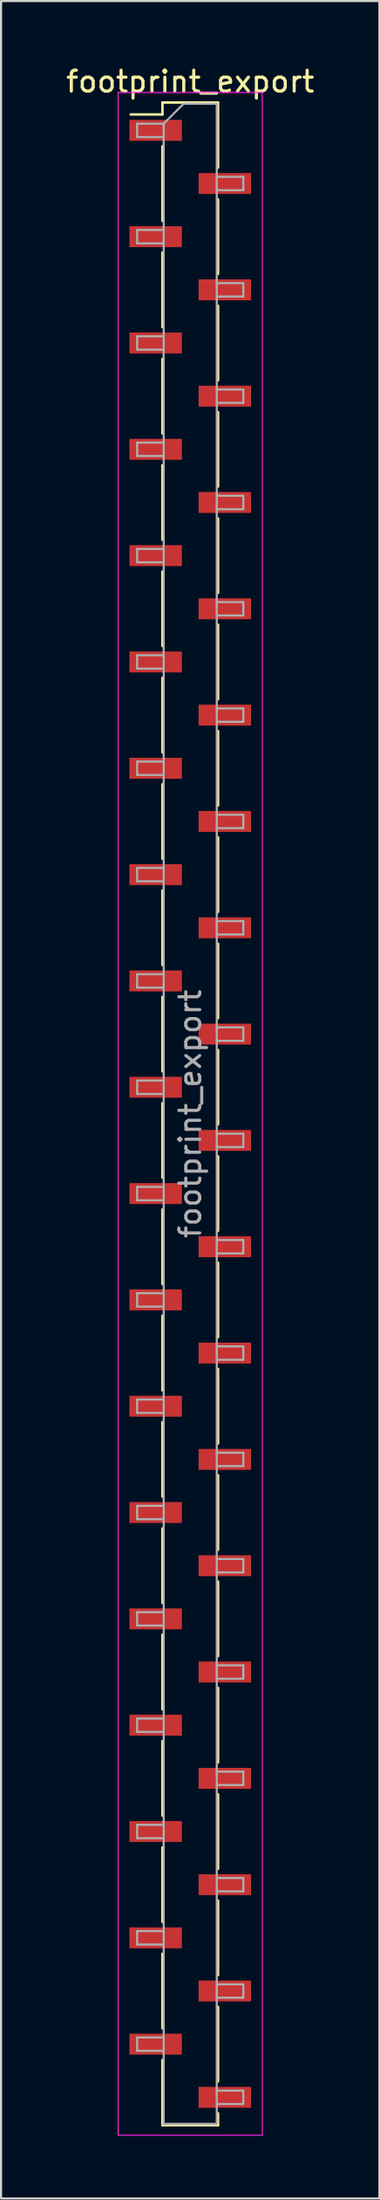
<source format=kicad_pcb>
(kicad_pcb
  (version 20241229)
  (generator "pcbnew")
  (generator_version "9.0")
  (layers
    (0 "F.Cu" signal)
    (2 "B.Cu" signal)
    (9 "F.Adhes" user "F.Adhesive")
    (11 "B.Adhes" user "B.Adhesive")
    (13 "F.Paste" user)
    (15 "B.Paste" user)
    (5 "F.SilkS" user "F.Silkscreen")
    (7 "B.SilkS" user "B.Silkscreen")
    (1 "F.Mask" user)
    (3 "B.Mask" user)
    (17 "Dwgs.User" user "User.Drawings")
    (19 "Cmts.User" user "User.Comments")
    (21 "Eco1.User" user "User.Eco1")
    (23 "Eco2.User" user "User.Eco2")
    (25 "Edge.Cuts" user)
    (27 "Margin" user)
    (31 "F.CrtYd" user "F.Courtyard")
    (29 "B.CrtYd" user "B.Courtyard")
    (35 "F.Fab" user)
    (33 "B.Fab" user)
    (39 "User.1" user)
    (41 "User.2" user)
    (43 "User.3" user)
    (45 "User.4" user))
  (footprint "footprint_export"
    (layer "F.Cu")
    (at 6.054 50.168)
    (property "Reference" "footprint_export" (at 0 -49.32 0) (layer "F.SilkS") (effects (font (size 1 1) (thickness 0.15))))
    (attr smd)
    (fp_line (start -1.33 -48.32) (end -1.33 -47.75) (stroke (width 0.12) (type solid)) (layer "F.SilkS"))
    (fp_line (start -1.33 -48.32) (end 1.33 -48.32) (stroke (width 0.12) (type solid)) (layer "F.SilkS"))
    (fp_line (start -1.33 -47.75) (end -2.85 -47.75) (stroke (width 0.12) (type solid)) (layer "F.SilkS"))
    (fp_line (start -1.33 -46.23) (end -1.33 -42.67) (stroke (width 0.12) (type solid)) (layer "F.SilkS"))
    (fp_line (start -1.33 -41.15) (end -1.33 -37.59) (stroke (width 0.12) (type solid)) (layer "F.SilkS"))
    (fp_line (start -1.33 -36.07) (end -1.33 -32.51) (stroke (width 0.12) (type solid)) (layer "F.SilkS"))
    (fp_line (start -1.33 -30.99) (end -1.33 -27.43) (stroke (width 0.12) (type solid)) (layer "F.SilkS"))
    (fp_line (start -1.33 -25.91) (end -1.33 -22.35) (stroke (width 0.12) (type solid)) (layer "F.SilkS"))
    (fp_line (start -1.33 -20.83) (end -1.33 -17.27) (stroke (width 0.12) (type solid)) (layer "F.SilkS"))
    (fp_line (start -1.33 -15.75) (end -1.33 -12.19) (stroke (width 0.12) (type solid)) (layer "F.SilkS"))
    (fp_line (start -1.33 -10.67) (end -1.33 -7.11) (stroke (width 0.12) (type solid)) (layer "F.SilkS"))
    (fp_line (start -1.33 -5.59) (end -1.33 -2.03) (stroke (width 0.12) (type solid)) (layer "F.SilkS"))
    (fp_line (start -1.33 -0.51) (end -1.33 3.05) (stroke (width 0.12) (type solid)) (layer "F.SilkS"))
    (fp_line (start -1.33 4.57) (end -1.33 8.13) (stroke (width 0.12) (type solid)) (layer "F.SilkS"))
    (fp_line (start -1.33 9.65) (end -1.33 13.21) (stroke (width 0.12) (type solid)) (layer "F.SilkS"))
    (fp_line (start -1.33 14.73) (end -1.33 18.29) (stroke (width 0.12) (type solid)) (layer "F.SilkS"))
    (fp_line (start -1.33 19.81) (end -1.33 23.37) (stroke (width 0.12) (type solid)) (layer "F.SilkS"))
    (fp_line (start -1.33 24.89) (end -1.33 28.45) (stroke (width 0.12) (type solid)) (layer "F.SilkS"))
    (fp_line (start -1.33 29.97) (end -1.33 33.53) (stroke (width 0.12) (type solid)) (layer "F.SilkS"))
    (fp_line (start -1.33 35.05) (end -1.33 38.61) (stroke (width 0.12) (type solid)) (layer "F.SilkS"))
    (fp_line (start -1.33 40.13) (end -1.33 43.69) (stroke (width 0.12) (type solid)) (layer "F.SilkS"))
    (fp_line (start -1.33 45.21) (end -1.33 48.32) (stroke (width 0.12) (type solid)) (layer "F.SilkS"))
    (fp_line (start -1.33 48.32) (end 1.33 48.32) (stroke (width 0.12) (type solid)) (layer "F.SilkS"))
    (fp_line (start 1.33 -48.32) (end 1.33 -45.21) (stroke (width 0.12) (type solid)) (layer "F.SilkS"))
    (fp_line (start 1.33 -43.69) (end 1.33 -40.13) (stroke (width 0.12) (type solid)) (layer "F.SilkS"))
    (fp_line (start 1.33 -38.61) (end 1.33 -35.05) (stroke (width 0.12) (type solid)) (layer "F.SilkS"))
    (fp_line (start 1.33 -33.53) (end 1.33 -29.97) (stroke (width 0.12) (type solid)) (layer "F.SilkS"))
    (fp_line (start 1.33 -28.45) (end 1.33 -24.89) (stroke (width 0.12) (type solid)) (layer "F.SilkS"))
    (fp_line (start 1.33 -23.37) (end 1.33 -19.81) (stroke (width 0.12) (type solid)) (layer "F.SilkS"))
    (fp_line (start 1.33 -18.29) (end 1.33 -14.73) (stroke (width 0.12) (type solid)) (layer "F.SilkS"))
    (fp_line (start 1.33 -13.21) (end 1.33 -9.65) (stroke (width 0.12) (type solid)) (layer "F.SilkS"))
    (fp_line (start 1.33 -8.13) (end 1.33 -4.57) (stroke (width 0.12) (type solid)) (layer "F.SilkS"))
    (fp_line (start 1.33 -3.05) (end 1.33 0.51) (stroke (width 0.12) (type solid)) (layer "F.SilkS"))
    (fp_line (start 1.33 2.03) (end 1.33 5.59) (stroke (width 0.12) (type solid)) (layer "F.SilkS"))
    (fp_line (start 1.33 7.11) (end 1.33 10.67) (stroke (width 0.12) (type solid)) (layer "F.SilkS"))
    (fp_line (start 1.33 12.19) (end 1.33 15.75) (stroke (width 0.12) (type solid)) (layer "F.SilkS"))
    (fp_line (start 1.33 17.27) (end 1.33 20.83) (stroke (width 0.12) (type solid)) (layer "F.SilkS"))
    (fp_line (start 1.33 22.35) (end 1.33 25.91) (stroke (width 0.12) (type solid)) (layer "F.SilkS"))
    (fp_line (start 1.33 27.43) (end 1.33 30.99) (stroke (width 0.12) (type solid)) (layer "F.SilkS"))
    (fp_line (start 1.33 32.51) (end 1.33 36.07) (stroke (width 0.12) (type solid)) (layer "F.SilkS"))
    (fp_line (start 1.33 37.59) (end 1.33 41.15) (stroke (width 0.12) (type solid)) (layer "F.SilkS"))
    (fp_line (start 1.33 42.67) (end 1.33 46.23) (stroke (width 0.12) (type solid)) (layer "F.SilkS"))
    (fp_line (start 1.33 47.75) (end 1.33 48.32) (stroke (width 0.12) (type solid)) (layer "F.SilkS"))
    (fp_line (start -3.45 -48.8) (end -3.45 48.8) (stroke (width 0.05) (type solid)) (layer "F.CrtYd"))
    (fp_line (start -3.45 48.8) (end 3.45 48.8) (stroke (width 0.05) (type solid)) (layer "F.CrtYd"))
    (fp_line (start 3.45 -48.8) (end -3.45 -48.8) (stroke (width 0.05) (type solid)) (layer "F.CrtYd"))
    (fp_line (start 3.45 48.8) (end 3.45 -48.8) (stroke (width 0.05) (type solid)) (layer "F.CrtYd"))
    (fp_line (start -2.54 -47.31) (end -2.54 -46.67) (stroke (width 0.1) (type solid)) (layer "F.Fab"))
    (fp_line (start -2.54 -46.67) (end -1.27 -46.67) (stroke (width 0.1) (type solid)) (layer "F.Fab"))
    (fp_line (start -2.54 -42.23) (end -2.54 -41.59) (stroke (width 0.1) (type solid)) (layer "F.Fab"))
    (fp_line (start -2.54 -41.59) (end -1.27 -41.59) (stroke (width 0.1) (type solid)) (layer "F.Fab"))
    (fp_line (start -2.54 -37.15) (end -2.54 -36.51) (stroke (width 0.1) (type solid)) (layer "F.Fab"))
    (fp_line (start -2.54 -36.51) (end -1.27 -36.51) (stroke (width 0.1) (type solid)) (layer "F.Fab"))
    (fp_line (start -2.54 -32.07) (end -2.54 -31.43) (stroke (width 0.1) (type solid)) (layer "F.Fab"))
    (fp_line (start -2.54 -31.43) (end -1.27 -31.43) (stroke (width 0.1) (type solid)) (layer "F.Fab"))
    (fp_line (start -2.54 -26.99) (end -2.54 -26.35) (stroke (width 0.1) (type solid)) (layer "F.Fab"))
    (fp_line (start -2.54 -26.35) (end -1.27 -26.35) (stroke (width 0.1) (type solid)) (layer "F.Fab"))
    (fp_line (start -2.54 -21.91) (end -2.54 -21.27) (stroke (width 0.1) (type solid)) (layer "F.Fab"))
    (fp_line (start -2.54 -21.27) (end -1.27 -21.27) (stroke (width 0.1) (type solid)) (layer "F.Fab"))
    (fp_line (start -2.54 -16.83) (end -2.54 -16.19) (stroke (width 0.1) (type solid)) (layer "F.Fab"))
    (fp_line (start -2.54 -16.19) (end -1.27 -16.19) (stroke (width 0.1) (type solid)) (layer "F.Fab"))
    (fp_line (start -2.54 -11.75) (end -2.54 -11.11) (stroke (width 0.1) (type solid)) (layer "F.Fab"))
    (fp_line (start -2.54 -11.11) (end -1.27 -11.11) (stroke (width 0.1) (type solid)) (layer "F.Fab"))
    (fp_line (start -2.54 -6.67) (end -2.54 -6.03) (stroke (width 0.1) (type solid)) (layer "F.Fab"))
    (fp_line (start -2.54 -6.03) (end -1.27 -6.03) (stroke (width 0.1) (type solid)) (layer "F.Fab"))
    (fp_line (start -2.54 -1.59) (end -2.54 -0.95) (stroke (width 0.1) (type solid)) (layer "F.Fab"))
    (fp_line (start -2.54 -0.95) (end -1.27 -0.95) (stroke (width 0.1) (type solid)) (layer "F.Fab"))
    (fp_line (start -2.54 3.49) (end -2.54 4.13) (stroke (width 0.1) (type solid)) (layer "F.Fab"))
    (fp_line (start -2.54 4.13) (end -1.27 4.13) (stroke (width 0.1) (type solid)) (layer "F.Fab"))
    (fp_line (start -2.54 8.57) (end -2.54 9.21) (stroke (width 0.1) (type solid)) (layer "F.Fab"))
    (fp_line (start -2.54 9.21) (end -1.27 9.21) (stroke (width 0.1) (type solid)) (layer "F.Fab"))
    (fp_line (start -2.54 13.65) (end -2.54 14.29) (stroke (width 0.1) (type solid)) (layer "F.Fab"))
    (fp_line (start -2.54 14.29) (end -1.27 14.29) (stroke (width 0.1) (type solid)) (layer "F.Fab"))
    (fp_line (start -2.54 18.73) (end -2.54 19.37) (stroke (width 0.1) (type solid)) (layer "F.Fab"))
    (fp_line (start -2.54 19.37) (end -1.27 19.37) (stroke (width 0.1) (type solid)) (layer "F.Fab"))
    (fp_line (start -2.54 23.81) (end -2.54 24.45) (stroke (width 0.1) (type solid)) (layer "F.Fab"))
    (fp_line (start -2.54 24.45) (end -1.27 24.45) (stroke (width 0.1) (type solid)) (layer "F.Fab"))
    (fp_line (start -2.54 28.89) (end -2.54 29.53) (stroke (width 0.1) (type solid)) (layer "F.Fab"))
    (fp_line (start -2.54 29.53) (end -1.27 29.53) (stroke (width 0.1) (type solid)) (layer "F.Fab"))
    (fp_line (start -2.54 33.97) (end -2.54 34.61) (stroke (width 0.1) (type solid)) (layer "F.Fab"))
    (fp_line (start -2.54 34.61) (end -1.27 34.61) (stroke (width 0.1) (type solid)) (layer "F.Fab"))
    (fp_line (start -2.54 39.05) (end -2.54 39.69) (stroke (width 0.1) (type solid)) (layer "F.Fab"))
    (fp_line (start -2.54 39.69) (end -1.27 39.69) (stroke (width 0.1) (type solid)) (layer "F.Fab"))
    (fp_line (start -2.54 44.13) (end -2.54 44.77) (stroke (width 0.1) (type solid)) (layer "F.Fab"))
    (fp_line (start -2.54 44.77) (end -1.27 44.77) (stroke (width 0.1) (type solid)) (layer "F.Fab"))
    (fp_line (start -1.27 -47.31) (end -2.54 -47.31) (stroke (width 0.1) (type solid)) (layer "F.Fab"))
    (fp_line (start -1.27 -47.31) (end -0.32 -48.26) (stroke (width 0.1) (type solid)) (layer "F.Fab"))
    (fp_line (start -1.27 -42.23) (end -2.54 -42.23) (stroke (width 0.1) (type solid)) (layer "F.Fab"))
    (fp_line (start -1.27 -37.15) (end -2.54 -37.15) (stroke (width 0.1) (type solid)) (layer "F.Fab"))
    (fp_line (start -1.27 -32.07) (end -2.54 -32.07) (stroke (width 0.1) (type solid)) (layer "F.Fab"))
    (fp_line (start -1.27 -26.99) (end -2.54 -26.99) (stroke (width 0.1) (type solid)) (layer "F.Fab"))
    (fp_line (start -1.27 -21.91) (end -2.54 -21.91) (stroke (width 0.1) (type solid)) (layer "F.Fab"))
    (fp_line (start -1.27 -16.83) (end -2.54 -16.83) (stroke (width 0.1) (type solid)) (layer "F.Fab"))
    (fp_line (start -1.27 -11.75) (end -2.54 -11.75) (stroke (width 0.1) (type solid)) (layer "F.Fab"))
    (fp_line (start -1.27 -6.67) (end -2.54 -6.67) (stroke (width 0.1) (type solid)) (layer "F.Fab"))
    (fp_line (start -1.27 -1.59) (end -2.54 -1.59) (stroke (width 0.1) (type solid)) (layer "F.Fab"))
    (fp_line (start -1.27 3.49) (end -2.54 3.49) (stroke (width 0.1) (type solid)) (layer "F.Fab"))
    (fp_line (start -1.27 8.57) (end -2.54 8.57) (stroke (width 0.1) (type solid)) (layer "F.Fab"))
    (fp_line (start -1.27 13.65) (end -2.54 13.65) (stroke (width 0.1) (type solid)) (layer "F.Fab"))
    (fp_line (start -1.27 18.73) (end -2.54 18.73) (stroke (width 0.1) (type solid)) (layer "F.Fab"))
    (fp_line (start -1.27 23.81) (end -2.54 23.81) (stroke (width 0.1) (type solid)) (layer "F.Fab"))
    (fp_line (start -1.27 28.89) (end -2.54 28.89) (stroke (width 0.1) (type solid)) (layer "F.Fab"))
    (fp_line (start -1.27 33.97) (end -2.54 33.97) (stroke (width 0.1) (type solid)) (layer "F.Fab"))
    (fp_line (start -1.27 39.05) (end -2.54 39.05) (stroke (width 0.1) (type solid)) (layer "F.Fab"))
    (fp_line (start -1.27 44.13) (end -2.54 44.13) (stroke (width 0.1) (type solid)) (layer "F.Fab"))
    (fp_line (start -1.27 48.26) (end -1.27 -47.31) (stroke (width 0.1) (type solid)) (layer "F.Fab"))
    (fp_line (start -0.32 -48.26) (end 1.27 -48.26) (stroke (width 0.1) (type solid)) (layer "F.Fab"))
    (fp_line (start 1.27 -48.26) (end 1.27 48.26) (stroke (width 0.1) (type solid)) (layer "F.Fab"))
    (fp_line (start 1.27 -44.77) (end 2.54 -44.77) (stroke (width 0.1) (type solid)) (layer "F.Fab"))
    (fp_line (start 1.27 -39.69) (end 2.54 -39.69) (stroke (width 0.1) (type solid)) (layer "F.Fab"))
    (fp_line (start 1.27 -34.61) (end 2.54 -34.61) (stroke (width 0.1) (type solid)) (layer "F.Fab"))
    (fp_line (start 1.27 -29.53) (end 2.54 -29.53) (stroke (width 0.1) (type solid)) (layer "F.Fab"))
    (fp_line (start 1.27 -24.45) (end 2.54 -24.45) (stroke (width 0.1) (type solid)) (layer "F.Fab"))
    (fp_line (start 1.27 -19.37) (end 2.54 -19.37) (stroke (width 0.1) (type solid)) (layer "F.Fab"))
    (fp_line (start 1.27 -14.29) (end 2.54 -14.29) (stroke (width 0.1) (type solid)) (layer "F.Fab"))
    (fp_line (start 1.27 -9.21) (end 2.54 -9.21) (stroke (width 0.1) (type solid)) (layer "F.Fab"))
    (fp_line (start 1.27 -4.13) (end 2.54 -4.13) (stroke (width 0.1) (type solid)) (layer "F.Fab"))
    (fp_line (start 1.27 0.95) (end 2.54 0.95) (stroke (width 0.1) (type solid)) (layer "F.Fab"))
    (fp_line (start 1.27 6.03) (end 2.54 6.03) (stroke (width 0.1) (type solid)) (layer "F.Fab"))
    (fp_line (start 1.27 11.11) (end 2.54 11.11) (stroke (width 0.1) (type solid)) (layer "F.Fab"))
    (fp_line (start 1.27 16.19) (end 2.54 16.19) (stroke (width 0.1) (type solid)) (layer "F.Fab"))
    (fp_line (start 1.27 21.27) (end 2.54 21.27) (stroke (width 0.1) (type solid)) (layer "F.Fab"))
    (fp_line (start 1.27 26.35) (end 2.54 26.35) (stroke (width 0.1) (type solid)) (layer "F.Fab"))
    (fp_line (start 1.27 31.43) (end 2.54 31.43) (stroke (width 0.1) (type solid)) (layer "F.Fab"))
    (fp_line (start 1.27 36.51) (end 2.54 36.51) (stroke (width 0.1) (type solid)) (layer "F.Fab"))
    (fp_line (start 1.27 41.59) (end 2.54 41.59) (stroke (width 0.1) (type solid)) (layer "F.Fab"))
    (fp_line (start 1.27 46.67) (end 2.54 46.67) (stroke (width 0.1) (type solid)) (layer "F.Fab"))
    (fp_line (start 1.27 48.26) (end -1.27 48.26) (stroke (width 0.1) (type solid)) (layer "F.Fab"))
    (fp_line (start 2.54 -44.77) (end 2.54 -44.13) (stroke (width 0.1) (type solid)) (layer "F.Fab"))
    (fp_line (start 2.54 -44.13) (end 1.27 -44.13) (stroke (width 0.1) (type solid)) (layer "F.Fab"))
    (fp_line (start 2.54 -39.69) (end 2.54 -39.05) (stroke (width 0.1) (type solid)) (layer "F.Fab"))
    (fp_line (start 2.54 -39.05) (end 1.27 -39.05) (stroke (width 0.1) (type solid)) (layer "F.Fab"))
    (fp_line (start 2.54 -34.61) (end 2.54 -33.97) (stroke (width 0.1) (type solid)) (layer "F.Fab"))
    (fp_line (start 2.54 -33.97) (end 1.27 -33.97) (stroke (width 0.1) (type solid)) (layer "F.Fab"))
    (fp_line (start 2.54 -29.53) (end 2.54 -28.89) (stroke (width 0.1) (type solid)) (layer "F.Fab"))
    (fp_line (start 2.54 -28.89) (end 1.27 -28.89) (stroke (width 0.1) (type solid)) (layer "F.Fab"))
    (fp_line (start 2.54 -24.45) (end 2.54 -23.81) (stroke (width 0.1) (type solid)) (layer "F.Fab"))
    (fp_line (start 2.54 -23.81) (end 1.27 -23.81) (stroke (width 0.1) (type solid)) (layer "F.Fab"))
    (fp_line (start 2.54 -19.37) (end 2.54 -18.73) (stroke (width 0.1) (type solid)) (layer "F.Fab"))
    (fp_line (start 2.54 -18.73) (end 1.27 -18.73) (stroke (width 0.1) (type solid)) (layer "F.Fab"))
    (fp_line (start 2.54 -14.29) (end 2.54 -13.65) (stroke (width 0.1) (type solid)) (layer "F.Fab"))
    (fp_line (start 2.54 -13.65) (end 1.27 -13.65) (stroke (width 0.1) (type solid)) (layer "F.Fab"))
    (fp_line (start 2.54 -9.21) (end 2.54 -8.57) (stroke (width 0.1) (type solid)) (layer "F.Fab"))
    (fp_line (start 2.54 -8.57) (end 1.27 -8.57) (stroke (width 0.1) (type solid)) (layer "F.Fab"))
    (fp_line (start 2.54 -4.13) (end 2.54 -3.49) (stroke (width 0.1) (type solid)) (layer "F.Fab"))
    (fp_line (start 2.54 -3.49) (end 1.27 -3.49) (stroke (width 0.1) (type solid)) (layer "F.Fab"))
    (fp_line (start 2.54 0.95) (end 2.54 1.59) (stroke (width 0.1) (type solid)) (layer "F.Fab"))
    (fp_line (start 2.54 1.59) (end 1.27 1.59) (stroke (width 0.1) (type solid)) (layer "F.Fab"))
    (fp_line (start 2.54 6.03) (end 2.54 6.67) (stroke (width 0.1) (type solid)) (layer "F.Fab"))
    (fp_line (start 2.54 6.67) (end 1.27 6.67) (stroke (width 0.1) (type solid)) (layer "F.Fab"))
    (fp_line (start 2.54 11.11) (end 2.54 11.75) (stroke (width 0.1) (type solid)) (layer "F.Fab"))
    (fp_line (start 2.54 11.75) (end 1.27 11.75) (stroke (width 0.1) (type solid)) (layer "F.Fab"))
    (fp_line (start 2.54 16.19) (end 2.54 16.83) (stroke (width 0.1) (type solid)) (layer "F.Fab"))
    (fp_line (start 2.54 16.83) (end 1.27 16.83) (stroke (width 0.1) (type solid)) (layer "F.Fab"))
    (fp_line (start 2.54 21.27) (end 2.54 21.91) (stroke (width 0.1) (type solid)) (layer "F.Fab"))
    (fp_line (start 2.54 21.91) (end 1.27 21.91) (stroke (width 0.1) (type solid)) (layer "F.Fab"))
    (fp_line (start 2.54 26.35) (end 2.54 26.99) (stroke (width 0.1) (type solid)) (layer "F.Fab"))
    (fp_line (start 2.54 26.99) (end 1.27 26.99) (stroke (width 0.1) (type solid)) (layer "F.Fab"))
    (fp_line (start 2.54 31.43) (end 2.54 32.07) (stroke (width 0.1) (type solid)) (layer "F.Fab"))
    (fp_line (start 2.54 32.07) (end 1.27 32.07) (stroke (width 0.1) (type solid)) (layer "F.Fab"))
    (fp_line (start 2.54 36.51) (end 2.54 37.15) (stroke (width 0.1) (type solid)) (layer "F.Fab"))
    (fp_line (start 2.54 37.15) (end 1.27 37.15) (stroke (width 0.1) (type solid)) (layer "F.Fab"))
    (fp_line (start 2.54 41.59) (end 2.54 42.23) (stroke (width 0.1) (type solid)) (layer "F.Fab"))
    (fp_line (start 2.54 42.23) (end 1.27 42.23) (stroke (width 0.1) (type solid)) (layer "F.Fab"))
    (fp_line (start 2.54 46.67) (end 2.54 47.31) (stroke (width 0.1) (type solid)) (layer "F.Fab"))
    (fp_line (start 2.54 47.31) (end 1.27 47.31) (stroke (width 0.1) (type solid)) (layer "F.Fab"))
    (fp_text user "${REFERENCE}" (at 0 0 90) (layer "F.Fab") (effects (font (size 1 1) (thickness 0.15))))
    (pad "1" smd rect (at -1.655 -46.99) (size 2.51 1) (layers "F.Cu" "F.Mask" "F.Paste"))
    (pad "2" smd rect (at 1.655 -44.45) (size 2.51 1) (layers "F.Cu" "F.Mask" "F.Paste"))
    (pad "3" smd rect (at -1.655 -41.91) (size 2.51 1) (layers "F.Cu" "F.Mask" "F.Paste"))
    (pad "4" smd rect (at 1.655 -39.37) (size 2.51 1) (layers "F.Cu" "F.Mask" "F.Paste"))
    (pad "5" smd rect (at -1.655 -36.83) (size 2.51 1) (layers "F.Cu" "F.Mask" "F.Paste"))
    (pad "6" smd rect (at 1.655 -34.29) (size 2.51 1) (layers "F.Cu" "F.Mask" "F.Paste"))
    (pad "7" smd rect (at -1.655 -31.75) (size 2.51 1) (layers "F.Cu" "F.Mask" "F.Paste"))
    (pad "8" smd rect (at 1.655 -29.21) (size 2.51 1) (layers "F.Cu" "F.Mask" "F.Paste"))
    (pad "9" smd rect (at -1.655 -26.67) (size 2.51 1) (layers "F.Cu" "F.Mask" "F.Paste"))
    (pad "10" smd rect (at 1.655 -24.13) (size 2.51 1) (layers "F.Cu" "F.Mask" "F.Paste"))
    (pad "11" smd rect (at -1.655 -21.59) (size 2.51 1) (layers "F.Cu" "F.Mask" "F.Paste"))
    (pad "12" smd rect (at 1.655 -19.05) (size 2.51 1) (layers "F.Cu" "F.Mask" "F.Paste"))
    (pad "13" smd rect (at -1.655 -16.51) (size 2.51 1) (layers "F.Cu" "F.Mask" "F.Paste"))
    (pad "14" smd rect (at 1.655 -13.97) (size 2.51 1) (layers "F.Cu" "F.Mask" "F.Paste"))
    (pad "15" smd rect (at -1.655 -11.43) (size 2.51 1) (layers "F.Cu" "F.Mask" "F.Paste"))
    (pad "16" smd rect (at 1.655 -8.89) (size 2.51 1) (layers "F.Cu" "F.Mask" "F.Paste"))
    (pad "17" smd rect (at -1.655 -6.35) (size 2.51 1) (layers "F.Cu" "F.Mask" "F.Paste"))
    (pad "18" smd rect (at 1.655 -3.81) (size 2.51 1) (layers "F.Cu" "F.Mask" "F.Paste"))
    (pad "19" smd rect (at -1.655 -1.27) (size 2.51 1) (layers "F.Cu" "F.Mask" "F.Paste"))
    (pad "20" smd rect (at 1.655 1.27) (size 2.51 1) (layers "F.Cu" "F.Mask" "F.Paste"))
    (pad "21" smd rect (at -1.655 3.81) (size 2.51 1) (layers "F.Cu" "F.Mask" "F.Paste"))
    (pad "22" smd rect (at 1.655 6.35) (size 2.51 1) (layers "F.Cu" "F.Mask" "F.Paste"))
    (pad "23" smd rect (at -1.655 8.89) (size 2.51 1) (layers "F.Cu" "F.Mask" "F.Paste"))
    (pad "24" smd rect (at 1.655 11.43) (size 2.51 1) (layers "F.Cu" "F.Mask" "F.Paste"))
    (pad "25" smd rect (at -1.655 13.97) (size 2.51 1) (layers "F.Cu" "F.Mask" "F.Paste"))
    (pad "26" smd rect (at 1.655 16.51) (size 2.51 1) (layers "F.Cu" "F.Mask" "F.Paste"))
    (pad "27" smd rect (at -1.655 19.05) (size 2.51 1) (layers "F.Cu" "F.Mask" "F.Paste"))
    (pad "28" smd rect (at 1.655 21.59) (size 2.51 1) (layers "F.Cu" "F.Mask" "F.Paste"))
    (pad "29" smd rect (at -1.655 24.13) (size 2.51 1) (layers "F.Cu" "F.Mask" "F.Paste"))
    (pad "30" smd rect (at 1.655 26.67) (size 2.51 1) (layers "F.Cu" "F.Mask" "F.Paste"))
    (pad "31" smd rect (at -1.655 29.21) (size 2.51 1) (layers "F.Cu" "F.Mask" "F.Paste"))
    (pad "32" smd rect (at 1.655 31.75) (size 2.51 1) (layers "F.Cu" "F.Mask" "F.Paste"))
    (pad "33" smd rect (at -1.655 34.29) (size 2.51 1) (layers "F.Cu" "F.Mask" "F.Paste"))
    (pad "34" smd rect (at 1.655 36.83) (size 2.51 1) (layers "F.Cu" "F.Mask" "F.Paste"))
    (pad "35" smd rect (at -1.655 39.37) (size 2.51 1) (layers "F.Cu" "F.Mask" "F.Paste"))
    (pad "36" smd rect (at 1.655 41.91) (size 2.51 1) (layers "F.Cu" "F.Mask" "F.Paste"))
    (pad "37" smd rect (at -1.655 44.45) (size 2.51 1) (layers "F.Cu" "F.Mask" "F.Paste"))
    (pad "38" smd rect (at 1.655 46.99) (size 2.51 1) (layers "F.Cu" "F.Mask" "F.Paste")))
  (gr_rect
    (start -3 -3)
    (end 15.107 101.993)
    (stroke (width 0.1) (type default))
    (fill no)
    (layer "Edge.Cuts")))
</source>
